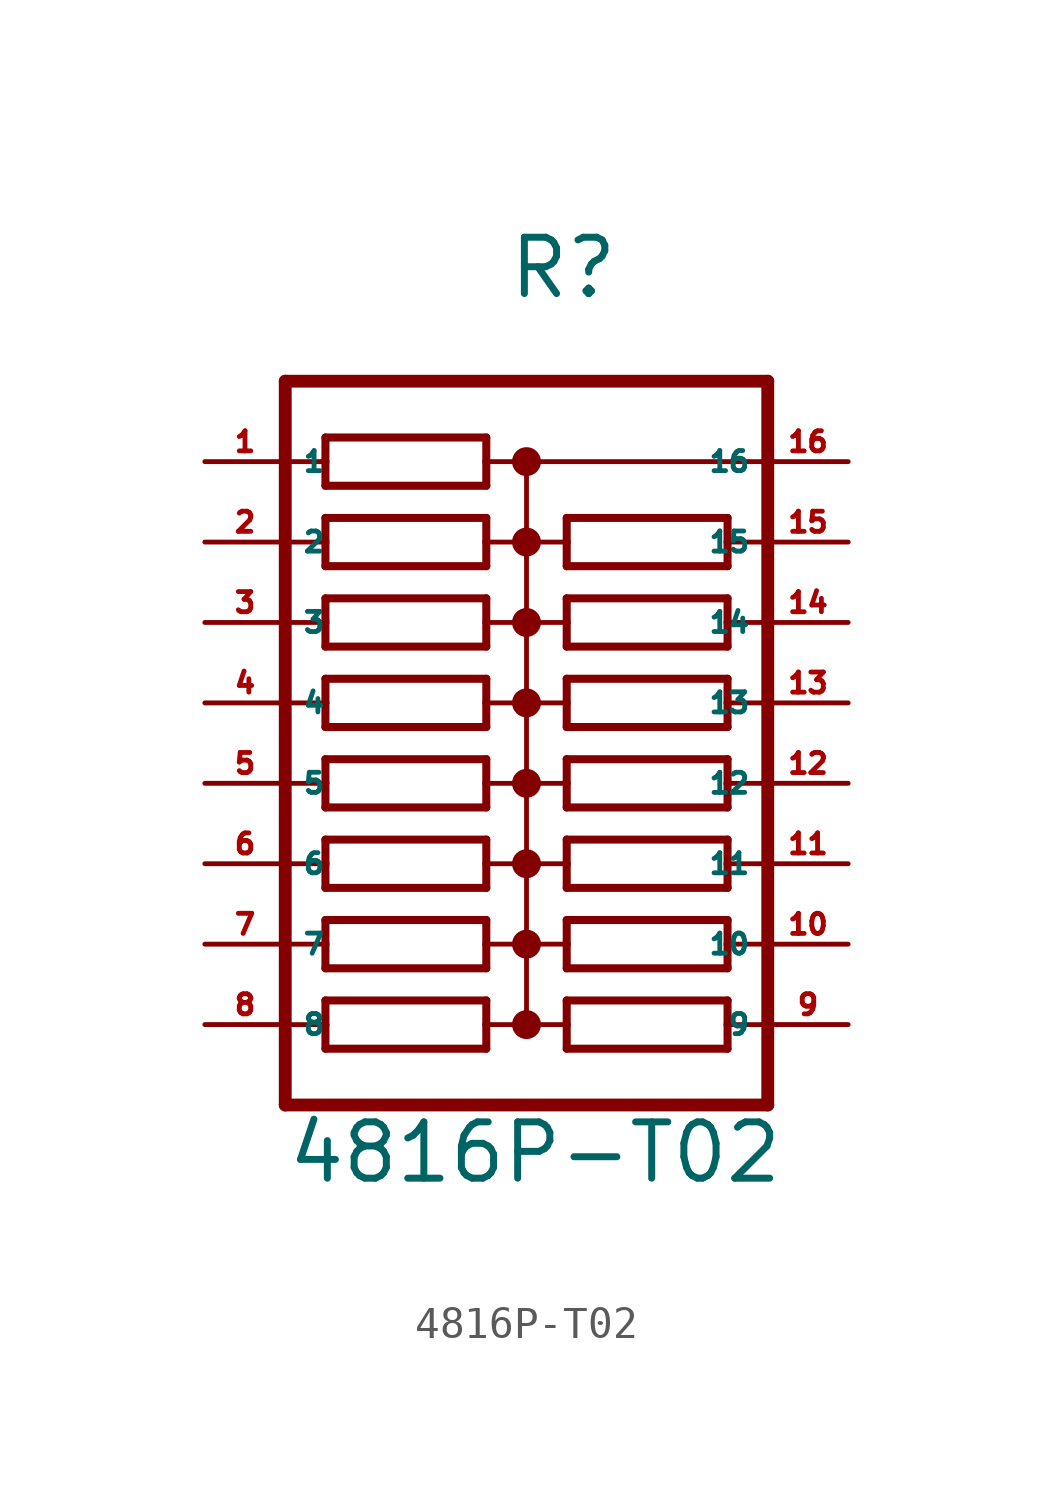
<source format=kicad_sym>
(kicad_symbol_lib
  (version 20220914)
  (generator Eagle2Kicad)
  (symbol "4816P-T02"
    (property "Reference" "R"
      (at -0.635 15.24 0)
      (effects (font (size 1.778 1.778) (thickness 0.22)) (justify left bottom)))
    (property "Value" "4816P-T02"
      (at -7.62 -12.7 0)
      (effects (font (size 1.778 1.778) (thickness 0.22)) (justify left bottom)))
    (polyline
      (pts (xy -6.35 9.398) (xy -1.27 9.398))
      (stroke (width 0.254) (type default))
      (fill (type none)))
    (polyline
      (pts (xy -1.27 10.922) (xy -6.35 10.922))
      (stroke (width 0.254) (type default))
      (fill (type none)))
    (polyline
      (pts (xy -1.27 9.398) (xy -1.27 10.16))
      (stroke (width 0.254) (type default))
      (fill (type none)))
    (polyline
      (pts (xy -6.35 10.922) (xy -6.35 10.16))
      (stroke (width 0.254) (type default))
      (fill (type none)))
    (polyline
      (pts (xy -6.35 10.16) (xy -7.62 10.16))
      (stroke (width 0.152) (type default))
      (fill (type none)))
    (polyline
      (pts (xy -6.35 10.16) (xy -6.35 9.398))
      (stroke (width 0.254) (type default))
      (fill (type none)))
    (polyline
      (pts (xy 0 10.16) (xy -1.27 10.16))
      (stroke (width 0.152) (type default))
      (fill (type none)))
    (polyline
      (pts (xy -1.27 10.16) (xy -1.27 10.922))
      (stroke (width 0.254) (type default))
      (fill (type none)))
    (polyline
      (pts (xy 0 10.16) (xy 0 7.62))
      (stroke (width 0.152) (type default))
      (fill (type none)))
    (polyline
      (pts (xy 0 7.62) (xy -1.27 7.62))
      (stroke (width 0.152) (type default))
      (fill (type none)))
    (polyline
      (pts (xy 0 7.62) (xy 0 5.08))
      (stroke (width 0.152) (type default))
      (fill (type none)))
    (polyline
      (pts (xy 0 5.08) (xy -1.27 5.08))
      (stroke (width 0.152) (type default))
      (fill (type none)))
    (polyline
      (pts (xy 0 5.08) (xy 0 2.54))
      (stroke (width 0.152) (type default))
      (fill (type none)))
    (polyline
      (pts (xy 0 2.54) (xy -1.27 2.54))
      (stroke (width 0.152) (type default))
      (fill (type none)))
    (polyline
      (pts (xy 0 2.54) (xy 0 0))
      (stroke (width 0.152) (type default))
      (fill (type none)))
    (polyline
      (pts (xy 0 0) (xy -1.27 0))
      (stroke (width 0.152) (type default))
      (fill (type none)))
    (polyline
      (pts (xy -7.62 0) (xy -6.35 0))
      (stroke (width 0.152) (type default))
      (fill (type none)))
    (polyline
      (pts (xy -7.62 2.54) (xy -6.35 2.54))
      (stroke (width 0.152) (type default))
      (fill (type none)))
    (polyline
      (pts (xy -7.62 5.08) (xy -6.35 5.08))
      (stroke (width 0.152) (type default))
      (fill (type none)))
    (polyline
      (pts (xy -7.62 7.62) (xy -6.35 7.62))
      (stroke (width 0.152) (type default))
      (fill (type none)))
    (polyline
      (pts (xy -6.35 7.62) (xy -6.35 6.858))
      (stroke (width 0.254) (type default))
      (fill (type none)))
    (polyline
      (pts (xy -6.35 8.382) (xy -6.35 7.62))
      (stroke (width 0.254) (type default))
      (fill (type none)))
    (polyline
      (pts (xy -1.27 6.858) (xy -1.27 7.62))
      (stroke (width 0.254) (type default))
      (fill (type none)))
    (polyline
      (pts (xy -1.27 7.62) (xy -1.27 8.382))
      (stroke (width 0.254) (type default))
      (fill (type none)))
    (polyline
      (pts (xy -6.35 6.858) (xy -1.27 6.858))
      (stroke (width 0.254) (type default))
      (fill (type none)))
    (polyline
      (pts (xy -1.27 8.382) (xy -6.35 8.382))
      (stroke (width 0.254) (type default))
      (fill (type none)))
    (polyline
      (pts (xy -6.35 4.318) (xy -1.27 4.318))
      (stroke (width 0.254) (type default))
      (fill (type none)))
    (polyline
      (pts (xy -6.35 1.778) (xy -1.27 1.778))
      (stroke (width 0.254) (type default))
      (fill (type none)))
    (polyline
      (pts (xy -6.35 -0.762) (xy -1.27 -0.762))
      (stroke (width 0.254) (type default))
      (fill (type none)))
    (polyline
      (pts (xy -1.27 5.842) (xy -6.35 5.842))
      (stroke (width 0.254) (type default))
      (fill (type none)))
    (polyline
      (pts (xy -1.27 3.302) (xy -6.35 3.302))
      (stroke (width 0.254) (type default))
      (fill (type none)))
    (polyline
      (pts (xy -1.27 0.762) (xy -6.35 0.762))
      (stroke (width 0.254) (type default))
      (fill (type none)))
    (polyline
      (pts (xy -1.27 4.318) (xy -1.27 5.08))
      (stroke (width 0.254) (type default))
      (fill (type none)))
    (polyline
      (pts (xy -1.27 1.778) (xy -1.27 2.54))
      (stroke (width 0.254) (type default))
      (fill (type none)))
    (polyline
      (pts (xy -1.27 -0.762) (xy -1.27 0))
      (stroke (width 0.254) (type default))
      (fill (type none)))
    (polyline
      (pts (xy -1.27 5.08) (xy -1.27 5.842))
      (stroke (width 0.254) (type default))
      (fill (type none)))
    (polyline
      (pts (xy -1.27 2.54) (xy -1.27 3.302))
      (stroke (width 0.254) (type default))
      (fill (type none)))
    (polyline
      (pts (xy -1.27 0) (xy -1.27 0.762))
      (stroke (width 0.254) (type default))
      (fill (type none)))
    (polyline
      (pts (xy -6.35 5.08) (xy -6.35 4.318))
      (stroke (width 0.254) (type default))
      (fill (type none)))
    (polyline
      (pts (xy -6.35 2.54) (xy -6.35 1.778))
      (stroke (width 0.254) (type default))
      (fill (type none)))
    (polyline
      (pts (xy -6.35 0) (xy -6.35 -0.762))
      (stroke (width 0.254) (type default))
      (fill (type none)))
    (polyline
      (pts (xy -6.35 5.842) (xy -6.35 5.08))
      (stroke (width 0.254) (type default))
      (fill (type none)))
    (polyline
      (pts (xy -6.35 3.302) (xy -6.35 2.54))
      (stroke (width 0.254) (type default))
      (fill (type none)))
    (polyline
      (pts (xy -6.35 0.762) (xy -6.35 0))
      (stroke (width 0.254) (type default))
      (fill (type none)))
    (polyline
      (pts (xy 7.62 12.7) (xy -7.62 12.7))
      (stroke (width 0.406) (type default))
      (fill (type none)))
    (polyline
      (pts (xy -6.35 -3.302) (xy -1.27 -3.302))
      (stroke (width 0.254) (type default))
      (fill (type none)))
    (polyline
      (pts (xy -1.27 -1.778) (xy -6.35 -1.778))
      (stroke (width 0.254) (type default))
      (fill (type none)))
    (polyline
      (pts (xy -1.27 -3.302) (xy -1.27 -2.54))
      (stroke (width 0.254) (type default))
      (fill (type none)))
    (polyline
      (pts (xy -6.35 -1.778) (xy -6.35 -2.54))
      (stroke (width 0.254) (type default))
      (fill (type none)))
    (polyline
      (pts (xy -6.35 -2.54) (xy -7.62 -2.54))
      (stroke (width 0.152) (type default))
      (fill (type none)))
    (polyline
      (pts (xy -6.35 -2.54) (xy -6.35 -3.302))
      (stroke (width 0.254) (type default))
      (fill (type none)))
    (polyline
      (pts (xy 0 -2.54) (xy -1.27 -2.54))
      (stroke (width 0.152) (type default))
      (fill (type none)))
    (polyline
      (pts (xy -1.27 -2.54) (xy -1.27 -1.778))
      (stroke (width 0.254) (type default))
      (fill (type none)))
    (polyline
      (pts (xy 0 -2.54) (xy 0 -5.08))
      (stroke (width 0.152) (type default))
      (fill (type none)))
    (polyline
      (pts (xy 0 -5.08) (xy -1.27 -5.08))
      (stroke (width 0.152) (type default))
      (fill (type none)))
    (polyline
      (pts (xy 0 -5.08) (xy 0 -7.62))
      (stroke (width 0.152) (type default))
      (fill (type none)))
    (polyline
      (pts (xy 0 -7.62) (xy -1.27 -7.62))
      (stroke (width 0.152) (type default))
      (fill (type none)))
    (polyline
      (pts (xy -7.62 -7.62) (xy -6.35 -7.62))
      (stroke (width 0.152) (type default))
      (fill (type none)))
    (polyline
      (pts (xy -7.62 -5.08) (xy -6.35 -5.08))
      (stroke (width 0.152) (type default))
      (fill (type none)))
    (polyline
      (pts (xy -6.35 -5.08) (xy -6.35 -5.842))
      (stroke (width 0.254) (type default))
      (fill (type none)))
    (polyline
      (pts (xy -6.35 -4.318) (xy -6.35 -5.08))
      (stroke (width 0.254) (type default))
      (fill (type none)))
    (polyline
      (pts (xy -1.27 -5.842) (xy -1.27 -5.08))
      (stroke (width 0.254) (type default))
      (fill (type none)))
    (polyline
      (pts (xy -1.27 -5.08) (xy -1.27 -4.318))
      (stroke (width 0.254) (type default))
      (fill (type none)))
    (polyline
      (pts (xy -6.35 -5.842) (xy -1.27 -5.842))
      (stroke (width 0.254) (type default))
      (fill (type none)))
    (polyline
      (pts (xy -1.27 -4.318) (xy -6.35 -4.318))
      (stroke (width 0.254) (type default))
      (fill (type none)))
    (polyline
      (pts (xy -6.35 -8.382) (xy -1.27 -8.382))
      (stroke (width 0.254) (type default))
      (fill (type none)))
    (polyline
      (pts (xy -1.27 -6.858) (xy -6.35 -6.858))
      (stroke (width 0.254) (type default))
      (fill (type none)))
    (polyline
      (pts (xy -1.27 -8.382) (xy -1.27 -7.62))
      (stroke (width 0.254) (type default))
      (fill (type none)))
    (polyline
      (pts (xy -1.27 -7.62) (xy -1.27 -6.858))
      (stroke (width 0.254) (type default))
      (fill (type none)))
    (polyline
      (pts (xy -6.35 -7.62) (xy -6.35 -8.382))
      (stroke (width 0.254) (type default))
      (fill (type none)))
    (polyline
      (pts (xy -6.35 -6.858) (xy -6.35 -7.62))
      (stroke (width 0.254) (type default))
      (fill (type none)))
    (polyline
      (pts (xy 7.62 12.7) (xy 7.62 10.16))
      (stroke (width 0.406) (type default))
      (fill (type none)))
    (polyline
      (pts (xy 7.62 10.16) (xy 7.62 7.62))
      (stroke (width 0.406) (type default))
      (fill (type none)))
    (polyline
      (pts (xy 7.62 7.62) (xy 7.62 5.08))
      (stroke (width 0.406) (type default))
      (fill (type none)))
    (polyline
      (pts (xy 7.62 5.08) (xy 7.62 2.54))
      (stroke (width 0.406) (type default))
      (fill (type none)))
    (polyline
      (pts (xy 7.62 2.54) (xy 7.62 0))
      (stroke (width 0.406) (type default))
      (fill (type none)))
    (polyline
      (pts (xy 7.62 0) (xy 7.62 -2.54))
      (stroke (width 0.406) (type default))
      (fill (type none)))
    (polyline
      (pts (xy 7.62 -2.54) (xy 7.62 -5.08))
      (stroke (width 0.406) (type default))
      (fill (type none)))
    (polyline
      (pts (xy 7.62 -5.08) (xy 7.62 -7.62))
      (stroke (width 0.406) (type default))
      (fill (type none)))
    (polyline
      (pts (xy 7.62 -7.62) (xy 7.62 -10.16))
      (stroke (width 0.406) (type default))
      (fill (type none)))
    (polyline
      (pts (xy 7.62 -10.16) (xy -7.62 -10.16))
      (stroke (width 0.406) (type default))
      (fill (type none)))
    (polyline
      (pts (xy -7.62 12.7) (xy -7.62 -10.16))
      (stroke (width 0.406) (type default))
      (fill (type none)))
    (polyline
      (pts (xy 0 0) (xy 0 -2.54))
      (stroke (width 0.152) (type default))
      (fill (type none)))
    (polyline
      (pts (xy 0 10.16) (xy 7.62 10.16))
      (stroke (width 0.152) (type default))
      (fill (type none)))
    (polyline
      (pts (xy 6.35 -6.858) (xy 1.27 -6.858))
      (stroke (width 0.254) (type default))
      (fill (type none)))
    (polyline
      (pts (xy 1.27 -8.382) (xy 6.35 -8.382))
      (stroke (width 0.254) (type default))
      (fill (type none)))
    (polyline
      (pts (xy 1.27 -6.858) (xy 1.27 -7.62))
      (stroke (width 0.254) (type default))
      (fill (type none)))
    (polyline
      (pts (xy 6.35 -8.382) (xy 6.35 -7.62))
      (stroke (width 0.254) (type default))
      (fill (type none)))
    (polyline
      (pts (xy 6.35 -7.62) (xy 7.62 -7.62))
      (stroke (width 0.152) (type default))
      (fill (type none)))
    (polyline
      (pts (xy 6.35 -7.62) (xy 6.35 -6.858))
      (stroke (width 0.254) (type default))
      (fill (type none)))
    (polyline
      (pts (xy 0 -7.62) (xy 1.27 -7.62))
      (stroke (width 0.152) (type default))
      (fill (type none)))
    (polyline
      (pts (xy 1.27 -7.62) (xy 1.27 -8.382))
      (stroke (width 0.254) (type default))
      (fill (type none)))
    (polyline
      (pts (xy 0 -5.08) (xy 1.27 -5.08))
      (stroke (width 0.152) (type default))
      (fill (type none)))
    (polyline
      (pts (xy 0 -2.54) (xy 1.27 -2.54))
      (stroke (width 0.152) (type default))
      (fill (type none)))
    (polyline
      (pts (xy 0 0) (xy 1.27 0))
      (stroke (width 0.152) (type default))
      (fill (type none)))
    (polyline
      (pts (xy 0 2.54) (xy 1.27 2.54))
      (stroke (width 0.152) (type default))
      (fill (type none)))
    (polyline
      (pts (xy 7.62 2.54) (xy 6.35 2.54))
      (stroke (width 0.152) (type default))
      (fill (type none)))
    (polyline
      (pts (xy 7.62 0) (xy 6.35 0))
      (stroke (width 0.152) (type default))
      (fill (type none)))
    (polyline
      (pts (xy 7.62 -2.54) (xy 6.35 -2.54))
      (stroke (width 0.152) (type default))
      (fill (type none)))
    (polyline
      (pts (xy 7.62 -5.08) (xy 6.35 -5.08))
      (stroke (width 0.152) (type default))
      (fill (type none)))
    (polyline
      (pts (xy 6.35 -5.08) (xy 6.35 -4.318))
      (stroke (width 0.254) (type default))
      (fill (type none)))
    (polyline
      (pts (xy 6.35 -5.842) (xy 6.35 -5.08))
      (stroke (width 0.254) (type default))
      (fill (type none)))
    (polyline
      (pts (xy 1.27 -4.318) (xy 1.27 -5.08))
      (stroke (width 0.254) (type default))
      (fill (type none)))
    (polyline
      (pts (xy 1.27 -5.08) (xy 1.27 -5.842))
      (stroke (width 0.254) (type default))
      (fill (type none)))
    (polyline
      (pts (xy 6.35 -4.318) (xy 1.27 -4.318))
      (stroke (width 0.254) (type default))
      (fill (type none)))
    (polyline
      (pts (xy 1.27 -5.842) (xy 6.35 -5.842))
      (stroke (width 0.254) (type default))
      (fill (type none)))
    (polyline
      (pts (xy 6.35 -1.778) (xy 1.27 -1.778))
      (stroke (width 0.254) (type default))
      (fill (type none)))
    (polyline
      (pts (xy 6.35 0.762) (xy 1.27 0.762))
      (stroke (width 0.254) (type default))
      (fill (type none)))
    (polyline
      (pts (xy 6.35 3.302) (xy 1.27 3.302))
      (stroke (width 0.254) (type default))
      (fill (type none)))
    (polyline
      (pts (xy 1.27 -3.302) (xy 6.35 -3.302))
      (stroke (width 0.254) (type default))
      (fill (type none)))
    (polyline
      (pts (xy 1.27 -0.762) (xy 6.35 -0.762))
      (stroke (width 0.254) (type default))
      (fill (type none)))
    (polyline
      (pts (xy 1.27 1.778) (xy 6.35 1.778))
      (stroke (width 0.254) (type default))
      (fill (type none)))
    (polyline
      (pts (xy 1.27 -1.778) (xy 1.27 -2.54))
      (stroke (width 0.254) (type default))
      (fill (type none)))
    (polyline
      (pts (xy 1.27 0.762) (xy 1.27 0))
      (stroke (width 0.254) (type default))
      (fill (type none)))
    (polyline
      (pts (xy 1.27 3.302) (xy 1.27 2.54))
      (stroke (width 0.254) (type default))
      (fill (type none)))
    (polyline
      (pts (xy 1.27 -2.54) (xy 1.27 -3.302))
      (stroke (width 0.254) (type default))
      (fill (type none)))
    (polyline
      (pts (xy 1.27 0) (xy 1.27 -0.762))
      (stroke (width 0.254) (type default))
      (fill (type none)))
    (polyline
      (pts (xy 1.27 2.54) (xy 1.27 1.778))
      (stroke (width 0.254) (type default))
      (fill (type none)))
    (polyline
      (pts (xy 6.35 -2.54) (xy 6.35 -1.778))
      (stroke (width 0.254) (type default))
      (fill (type none)))
    (polyline
      (pts (xy 6.35 0) (xy 6.35 0.762))
      (stroke (width 0.254) (type default))
      (fill (type none)))
    (polyline
      (pts (xy 6.35 2.54) (xy 6.35 3.302))
      (stroke (width 0.254) (type default))
      (fill (type none)))
    (polyline
      (pts (xy 6.35 -3.302) (xy 6.35 -2.54))
      (stroke (width 0.254) (type default))
      (fill (type none)))
    (polyline
      (pts (xy 6.35 -0.762) (xy 6.35 0))
      (stroke (width 0.254) (type default))
      (fill (type none)))
    (polyline
      (pts (xy 6.35 1.778) (xy 6.35 2.54))
      (stroke (width 0.254) (type default))
      (fill (type none)))
    (polyline
      (pts (xy 6.35 5.842) (xy 1.27 5.842))
      (stroke (width 0.254) (type default))
      (fill (type none)))
    (polyline
      (pts (xy 1.27 4.318) (xy 6.35 4.318))
      (stroke (width 0.254) (type default))
      (fill (type none)))
    (polyline
      (pts (xy 1.27 5.842) (xy 1.27 5.08))
      (stroke (width 0.254) (type default))
      (fill (type none)))
    (polyline
      (pts (xy 6.35 4.318) (xy 6.35 5.08))
      (stroke (width 0.254) (type default))
      (fill (type none)))
    (polyline
      (pts (xy 6.35 5.08) (xy 7.62 5.08))
      (stroke (width 0.152) (type default))
      (fill (type none)))
    (polyline
      (pts (xy 6.35 5.08) (xy 6.35 5.842))
      (stroke (width 0.254) (type default))
      (fill (type none)))
    (polyline
      (pts (xy 0 5.08) (xy 1.27 5.08))
      (stroke (width 0.152) (type default))
      (fill (type none)))
    (polyline
      (pts (xy 1.27 5.08) (xy 1.27 4.318))
      (stroke (width 0.254) (type default))
      (fill (type none)))
    (polyline
      (pts (xy 0 7.62) (xy 1.27 7.62))
      (stroke (width 0.152) (type default))
      (fill (type none)))
    (polyline
      (pts (xy 7.62 7.62) (xy 6.35 7.62))
      (stroke (width 0.152) (type default))
      (fill (type none)))
    (polyline
      (pts (xy 6.35 7.62) (xy 6.35 8.382))
      (stroke (width 0.254) (type default))
      (fill (type none)))
    (polyline
      (pts (xy 6.35 6.858) (xy 6.35 7.62))
      (stroke (width 0.254) (type default))
      (fill (type none)))
    (polyline
      (pts (xy 1.27 8.382) (xy 1.27 7.62))
      (stroke (width 0.254) (type default))
      (fill (type none)))
    (polyline
      (pts (xy 1.27 7.62) (xy 1.27 6.858))
      (stroke (width 0.254) (type default))
      (fill (type none)))
    (polyline
      (pts (xy 6.35 8.382) (xy 1.27 8.382))
      (stroke (width 0.254) (type default))
      (fill (type none)))
    (polyline
      (pts (xy 1.27 6.858) (xy 6.35 6.858))
      (stroke (width 0.254) (type default))
      (fill (type none)))
    (circle
      (center 0 10.16)
      (radius 0.254)
      (stroke (width 0.406) (type default))
      (fill (type none)))
    (circle
      (center 0 7.62)
      (radius 0.254)
      (stroke (width 0.406) (type default))
      (fill (type none)))
    (circle
      (center 0 5.08)
      (radius 0.254)
      (stroke (width 0.406) (type default))
      (fill (type none)))
    (circle
      (center 0 2.54)
      (radius 0.254)
      (stroke (width 0.406) (type default))
      (fill (type none)))
    (circle
      (center 0 0)
      (radius 0.254)
      (stroke (width 0.406) (type default))
      (fill (type none)))
    (circle
      (center 0 -2.54)
      (radius 0.254)
      (stroke (width 0.406) (type default))
      (fill (type none)))
    (circle
      (center 0 -5.08)
      (radius 0.254)
      (stroke (width 0.406) (type default))
      (fill (type none)))
    (circle
      (center 0 -7.62)
      (radius 0.254)
      (stroke (width 0.406) (type default))
      (fill (type none)))
    (pin passive line
      (at 10.16 10.16 180)
      (length 2.54)
      (name "16" (effects (font (size 0.635 0.635) (thickness 0.08)) (justify left bottom)))
      (number "16" (effects (font (size 0.635 0.635) (thickness 0.08)) (justify left bottom))))
    (pin passive line
      (at -10.16 7.62 0)
      (length 2.54)
      (name "2" (effects (font (size 0.635 0.635) (thickness 0.08)) (justify left bottom)))
      (number "2" (effects (font (size 0.635 0.635) (thickness 0.08)) (justify left bottom))))
    (pin passive line
      (at -10.16 5.08 0)
      (length 2.54)
      (name "3" (effects (font (size 0.635 0.635) (thickness 0.08)) (justify left bottom)))
      (number "3" (effects (font (size 0.635 0.635) (thickness 0.08)) (justify left bottom))))
    (pin passive line
      (at -10.16 2.54 0)
      (length 2.54)
      (name "4" (effects (font (size 0.635 0.635) (thickness 0.08)) (justify left bottom)))
      (number "4" (effects (font (size 0.635 0.635) (thickness 0.08)) (justify left bottom))))
    (pin passive line
      (at -10.16 0 0)
      (length 2.54)
      (name "5" (effects (font (size 0.635 0.635) (thickness 0.08)) (justify left bottom)))
      (number "5" (effects (font (size 0.635 0.635) (thickness 0.08)) (justify left bottom))))
    (pin passive line
      (at -10.16 -2.54 0)
      (length 2.54)
      (name "6" (effects (font (size 0.635 0.635) (thickness 0.08)) (justify left bottom)))
      (number "6" (effects (font (size 0.635 0.635) (thickness 0.08)) (justify left bottom))))
    (pin passive line
      (at -10.16 -5.08 0)
      (length 2.54)
      (name "7" (effects (font (size 0.635 0.635) (thickness 0.08)) (justify left bottom)))
      (number "7" (effects (font (size 0.635 0.635) (thickness 0.08)) (justify left bottom))))
    (pin passive line
      (at -10.16 -7.62 0)
      (length 2.54)
      (name "8" (effects (font (size 0.635 0.635) (thickness 0.08)) (justify left bottom)))
      (number "8" (effects (font (size 0.635 0.635) (thickness 0.08)) (justify left bottom))))
    (pin passive line
      (at -10.16 10.16 0)
      (length 2.54)
      (name "1" (effects (font (size 0.635 0.635) (thickness 0.08)) (justify left bottom)))
      (number "1" (effects (font (size 0.635 0.635) (thickness 0.08)) (justify left bottom))))
    (pin passive line
      (at 10.16 -7.62 180)
      (length 2.54)
      (name "9" (effects (font (size 0.635 0.635) (thickness 0.08)) (justify left bottom)))
      (number "9" (effects (font (size 0.635 0.635) (thickness 0.08)) (justify left bottom))))
    (pin passive line
      (at 10.16 -5.08 180)
      (length 2.54)
      (name "10" (effects (font (size 0.635 0.635) (thickness 0.08)) (justify left bottom)))
      (number "10" (effects (font (size 0.635 0.635) (thickness 0.08)) (justify left bottom))))
    (pin passive line
      (at 10.16 -2.54 180)
      (length 2.54)
      (name "11" (effects (font (size 0.635 0.635) (thickness 0.08)) (justify left bottom)))
      (number "11" (effects (font (size 0.635 0.635) (thickness 0.08)) (justify left bottom))))
    (pin passive line
      (at 10.16 0 180)
      (length 2.54)
      (name "12" (effects (font (size 0.635 0.635) (thickness 0.08)) (justify left bottom)))
      (number "12" (effects (font (size 0.635 0.635) (thickness 0.08)) (justify left bottom))))
    (pin passive line
      (at 10.16 2.54 180)
      (length 2.54)
      (name "13" (effects (font (size 0.635 0.635) (thickness 0.08)) (justify left bottom)))
      (number "13" (effects (font (size 0.635 0.635) (thickness 0.08)) (justify left bottom))))
    (pin passive line
      (at 10.16 5.08 180)
      (length 2.54)
      (name "14" (effects (font (size 0.635 0.635) (thickness 0.08)) (justify left bottom)))
      (number "14" (effects (font (size 0.635 0.635) (thickness 0.08)) (justify left bottom))))
    (pin passive line
      (at 10.16 7.62 180)
      (length 2.54)
      (name "15" (effects (font (size 0.635 0.635) (thickness 0.08)) (justify left bottom)))
      (number "15" (effects (font (size 0.635 0.635) (thickness 0.08)) (justify left bottom))))))
</source>
